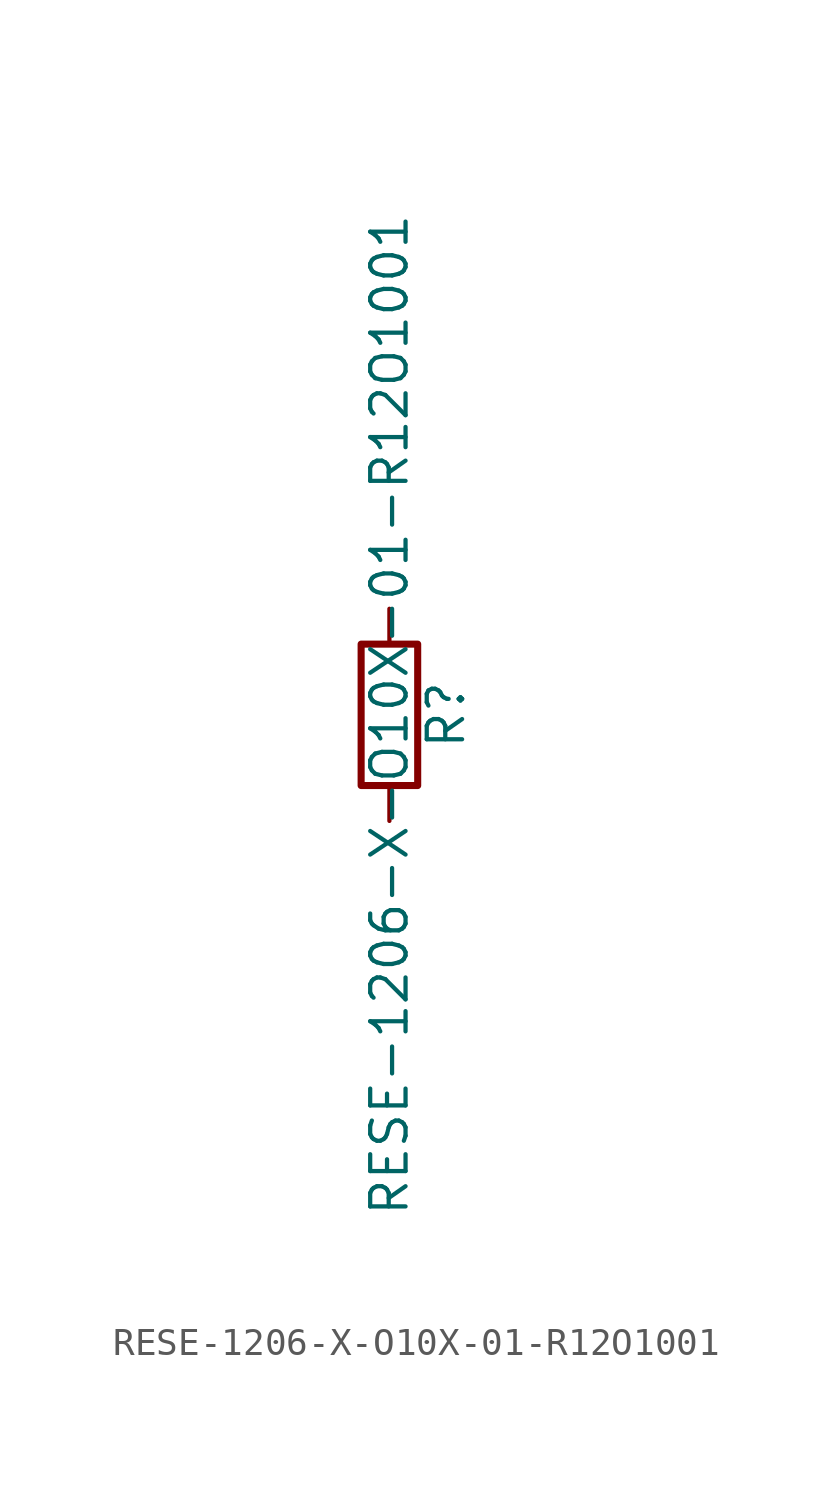
<source format=kicad_sym>
(kicad_symbol_lib
  (version 20211014)
  (generator kicad_symbol_editor)
  (symbol "RESE-1206-X-O10X-01-R12O1001"
    (pin_numbers hide)
    (pin_names
      (offset 0))
    (property "Reference" "R"
      (at 2.032 0 90)
      (effects (font (size 1.27 1.27))))
    (property "Value" "RESE-1206-X-O10X-01-R12O1001"
      (at 0 0 90)
      (effects (font (size 1.27 1.27))))
    (symbol "RESE-1206-X-O10X-01-R12O1001_0_1"
      (rectangle (start -1.016 -2.54) (end 1.016 2.54) (stroke (width 0.254) (type default) (color 0 0 0 0)) (fill (type none))))
    (symbol "RESE-1206-X-O10X-01-R12O1001_1_1"
      (pin passive line (at 0 3.81 270) (length 1.27) (name "~" (effects (font (size 1.27 1.27)))) (number "1" (effects (font (size 1.27 1.27)))))
      (pin passive line (at 0 -3.81 90) (length 1.27) (name "~" (effects (font (size 1.27 1.27)))) (number "2" (effects (font (size 1.27 1.27))))))))
</source>
